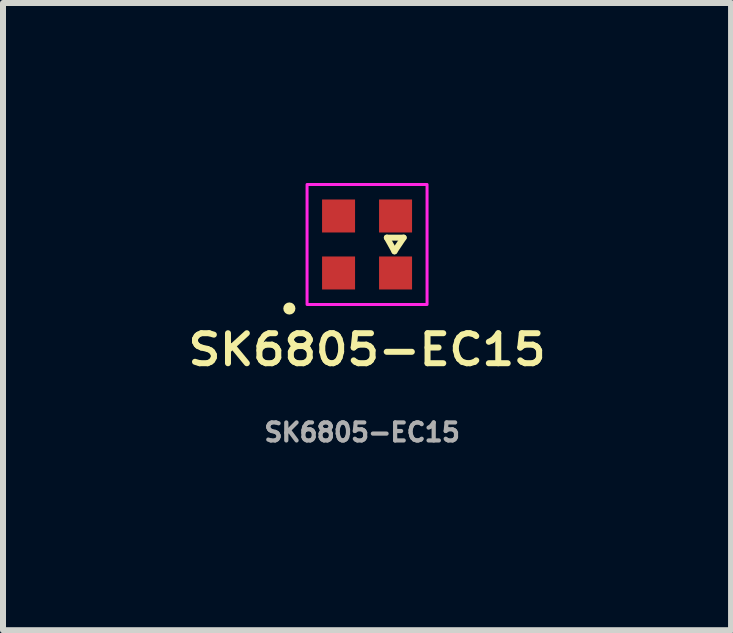
<source format=kicad_pcb>
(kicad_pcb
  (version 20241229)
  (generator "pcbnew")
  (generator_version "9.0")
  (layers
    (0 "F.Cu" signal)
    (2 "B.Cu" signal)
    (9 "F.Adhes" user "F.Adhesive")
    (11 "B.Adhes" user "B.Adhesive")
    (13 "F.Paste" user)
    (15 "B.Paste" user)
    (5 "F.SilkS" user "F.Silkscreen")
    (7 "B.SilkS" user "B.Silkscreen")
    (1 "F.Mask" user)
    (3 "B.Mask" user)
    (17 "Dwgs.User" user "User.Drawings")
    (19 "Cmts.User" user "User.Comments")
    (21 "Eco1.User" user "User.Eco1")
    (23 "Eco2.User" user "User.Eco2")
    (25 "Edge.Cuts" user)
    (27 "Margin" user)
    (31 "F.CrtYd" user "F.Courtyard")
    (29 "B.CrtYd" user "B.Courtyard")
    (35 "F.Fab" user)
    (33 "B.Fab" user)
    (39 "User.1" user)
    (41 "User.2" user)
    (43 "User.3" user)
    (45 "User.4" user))
  (footprint "SK6805-EC15"
    (layer "F.Cu")
    (at 3.068 1.025)
    (property "Reference" "SK6805-EC15" (at 0 1.753 0) (unlocked yes) (layer "F.SilkS") (effects (font (size 0.5 0.55) (thickness 0.1))))
    (attr smd)
    (fp_line (start 0.33 -0.114) (end 0.61 -0.114) (stroke (width 0.1) (type default)) (layer "F.SilkS"))
    (fp_line (start 0.457 0.114) (end 0.33 -0.114) (stroke (width 0.1) (type default)) (layer "F.SilkS"))
    (fp_line (start 0.61 -0.114) (end 0.457 0.114) (stroke (width 0.1) (type default)) (layer "F.SilkS"))
    (fp_circle (center -1.295 1.067) (end -1.295 1.118) (stroke (width 0.1) (type default)) (fill no) (layer "F.SilkS"))
    (fp_rect (start -1 -1) (end 1 1) (stroke (width 0.05) (type default)) (fill no) (layer "F.CrtYd"))
    (fp_text user "${REFERENCE}" (at -0.082 3.131 0) (unlocked yes) (layer "F.Fab") (effects (font (size 0.3 0.3) (thickness 0.07) (bold yes))))
    (pad "1" smd rect (at -0.475 0.475) (size 0.55 0.55) (layers "F.Cu" "F.Mask" "F.Paste"))
    (pad "2" smd rect (at 0.475 0.475) (size 0.55 0.55) (layers "F.Cu" "F.Mask" "F.Paste"))
    (pad "3" smd rect (at 0.475 -0.475) (size 0.55 0.55) (layers "F.Cu" "F.Mask" "F.Paste"))
    (pad "4" smd rect (at -0.475 -0.475) (size 0.55 0.55) (layers "F.Cu" "F.Mask" "F.Paste")))
  (gr_rect
    (start -3 -3)
    (end 9.135 7.454)
    (stroke (width 0.1) (type default))
    (fill no)
    (layer "Edge.Cuts")))
</source>
